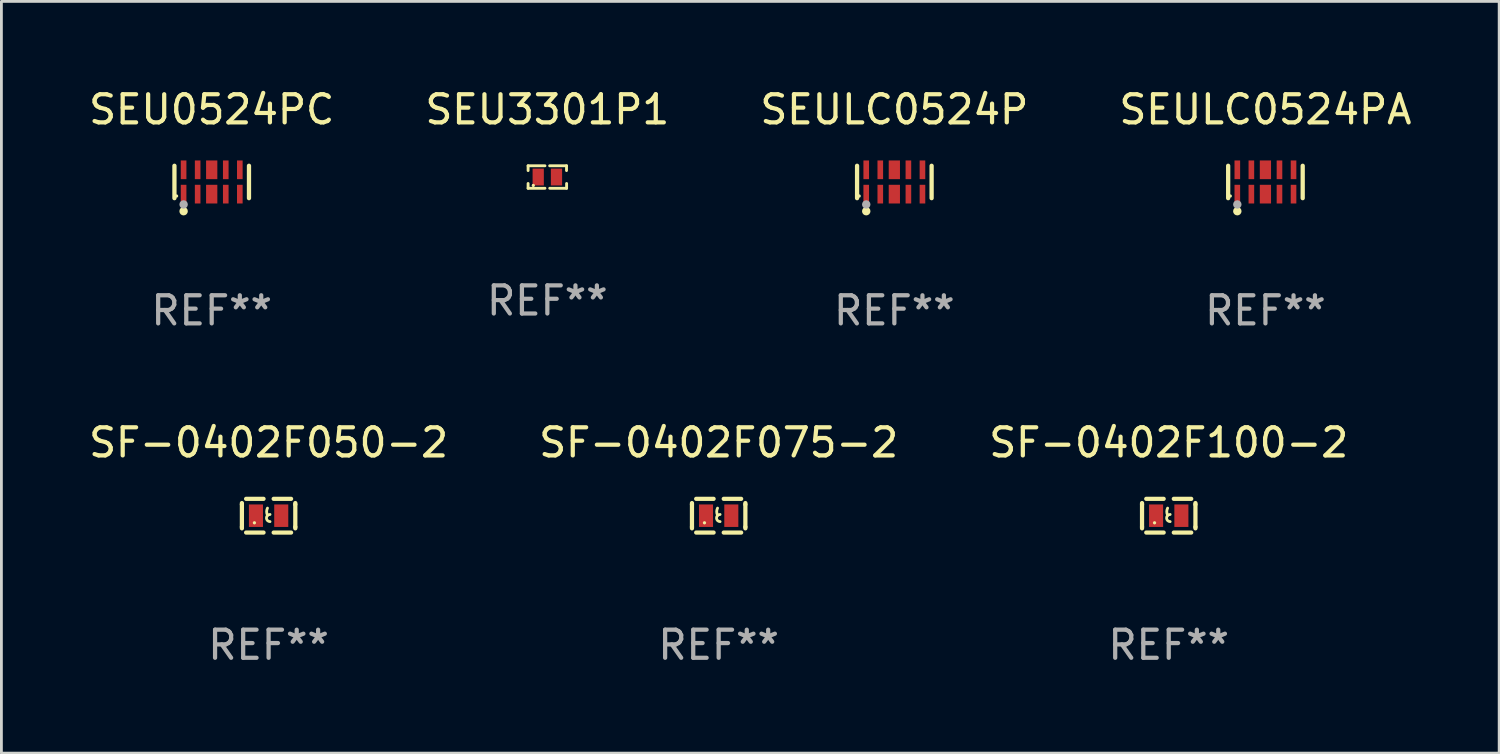
<source format=kicad_pcb>
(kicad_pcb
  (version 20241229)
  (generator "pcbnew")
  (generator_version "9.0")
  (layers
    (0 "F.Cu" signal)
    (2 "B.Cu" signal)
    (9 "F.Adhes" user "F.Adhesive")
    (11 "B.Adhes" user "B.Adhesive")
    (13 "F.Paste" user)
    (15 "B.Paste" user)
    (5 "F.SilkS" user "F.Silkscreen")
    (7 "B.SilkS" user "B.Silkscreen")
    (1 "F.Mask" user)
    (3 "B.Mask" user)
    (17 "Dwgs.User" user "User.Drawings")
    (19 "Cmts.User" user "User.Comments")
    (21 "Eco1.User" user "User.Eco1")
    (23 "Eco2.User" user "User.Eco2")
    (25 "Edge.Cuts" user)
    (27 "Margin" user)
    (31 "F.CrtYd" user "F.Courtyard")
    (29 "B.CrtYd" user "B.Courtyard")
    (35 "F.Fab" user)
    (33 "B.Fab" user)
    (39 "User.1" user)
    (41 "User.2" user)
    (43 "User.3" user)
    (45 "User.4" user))
  (footprint "SEU0524PC"
    (layer "F.Cu")
    (at 4.482 3.424)
    (property "Reference" "SEU0524PC" (at 0 -2.576 0) (layer "F.SilkS") (effects (font (size 1 1) (thickness 0.15))))
    (attr through_hole)
    (fp_line (start -1.326 0.576) (end -1.326 -0.576) (stroke (width 0.152) (type solid)) (layer "F.SilkS"))
    (fp_line (start 1.326 0.576) (end 1.326 -0.576) (stroke (width 0.152) (type solid)) (layer "F.SilkS"))
    (fp_circle (center -1.25 0.5) (end -1.22 0.5) (stroke (width 0.06) (type solid)) (fill no) (layer "F.SilkS"))
    (fp_circle (center -1 1.04) (end -0.925 1.04) (stroke (width 0.15) (type solid)) (fill no) (layer "F.SilkS"))
    (fp_circle (center -1 0.8) (end -0.925 0.8) (stroke (width 0.15) (type solid)) (fill no) (layer "F.Fab"))
    (fp_text user "REF**" (at 0 4.576 0) (layer "F.Fab") (effects (font (size 1 1) (thickness 0.15))))
    (pad "1" smd rect (at -1 0.433) (size 0.2 0.665) (layers "F.Cu" "F.Mask" "F.Paste"))
    (pad "2" smd rect (at -0.5 0.433) (size 0.2 0.665) (layers "F.Cu" "F.Mask" "F.Paste"))
    (pad "3" smd rect (at 0 0.433) (size 0.4 0.665) (layers "F.Cu" "F.Mask" "F.Paste"))
    (pad "4" smd rect (at 0.5 0.433) (size 0.2 0.665) (layers "F.Cu" "F.Mask" "F.Paste"))
    (pad "5" smd rect (at 1 0.433) (size 0.2 0.665) (layers "F.Cu" "F.Mask" "F.Paste"))
    (pad "6" smd rect (at 1 -0.433) (size 0.2 0.665) (layers "F.Cu" "F.Mask" "F.Paste"))
    (pad "7" smd rect (at 0.5 -0.433) (size 0.2 0.665) (layers "F.Cu" "F.Mask" "F.Paste"))
    (pad "8" smd rect (at 0 -0.433) (size 0.4 0.665) (layers "F.Cu" "F.Mask" "F.Paste"))
    (pad "9" smd rect (at -0.5 -0.433) (size 0.2 0.665) (layers "F.Cu" "F.Mask" "F.Paste"))
    (pad "10" smd rect (at -1 -0.433) (size 0.2 0.665) (layers "F.Cu" "F.Mask" "F.Paste")))
  (footprint "SF-0402F050-2"
    (layer "F.Cu")
    (at 6.506 15.297)
    (property "Reference" "SF-0402F050-2" (at 0 -2.6 0) (layer "F.SilkS") (effects (font (size 1 1) (thickness 0.15))))
    (attr through_hole)
    (fp_line (start -0.95 -0.45) (end -0.95 -0.4) (stroke (width 0.15) (type solid)) (layer "F.SilkS"))
    (fp_line (start -0.95 -0.4) (end -0.95 0.4) (stroke (width 0.15) (type solid)) (layer "F.SilkS"))
    (fp_line (start -0.95 0.45) (end -0.95 0.4) (stroke (width 0.15) (type solid)) (layer "F.SilkS"))
    (fp_line (start -0.18 -0.6) (end -0.8 -0.6) (stroke (width 0.15) (type solid)) (layer "F.SilkS"))
    (fp_line (start -0.18 0.6) (end -0.8 0.6) (stroke (width 0.15) (type solid)) (layer "F.SilkS"))
    (fp_line (start 0.18 -0.6) (end 0.8 -0.6) (stroke (width 0.15) (type solid)) (layer "F.SilkS"))
    (fp_line (start 0.18 0.6) (end 0.8 0.6) (stroke (width 0.15) (type solid)) (layer "F.SilkS"))
    (fp_line (start 0.95 -0.45) (end 0.95 -0.4) (stroke (width 0.15) (type solid)) (layer "F.SilkS"))
    (fp_line (start 0.95 -0.4) (end 0.95 0.4) (stroke (width 0.15) (type solid)) (layer "F.SilkS"))
    (fp_line (start 0.95 0.45) (end 0.95 0.4) (stroke (width 0.15) (type solid)) (layer "F.SilkS"))
    (fp_arc (start -0.039942 -0.016052) (mid -0.069923 -0.143053) (end -0.039942 -0.270053) (stroke (width 0.1) (type solid)) (layer "F.SilkS"))
    (fp_arc (start 0.050076 0.209957) (mid -0.076924 0.082957) (end 0.050076 -0.044043) (stroke (width 0.1) (type solid)) (layer "F.SilkS"))
    (fp_circle (center -0.505 0.253) (end -0.475 0.253) (stroke (width 0.06) (type solid)) (fill no) (layer "F.SilkS"))
    (fp_text user "REF**" (at 0 4.6 0) (layer "F.Fab") (effects (font (size 1 1) (thickness 0.15))))
    (pad "1" smd rect (at -0.45 -0.000051) (size 0.5 0.8) (layers "F.Cu" "F.Mask" "F.Paste"))
    (pad "2" smd rect (at 0.45 -0.000051) (size 0.5 0.8) (layers "F.Cu" "F.Mask" "F.Paste")))
  (footprint "SF-0402F100-2"
    (layer "F.Cu")
    (at 38.53 15.297)
    (property "Reference" "SF-0402F100-2" (at 0 -2.6 0) (layer "F.SilkS") (effects (font (size 1 1) (thickness 0.15))))
    (attr through_hole)
    (fp_line (start -0.95 -0.45) (end -0.95 -0.4) (stroke (width 0.15) (type solid)) (layer "F.SilkS"))
    (fp_line (start -0.95 -0.4) (end -0.95 0.4) (stroke (width 0.15) (type solid)) (layer "F.SilkS"))
    (fp_line (start -0.95 0.45) (end -0.95 0.4) (stroke (width 0.15) (type solid)) (layer "F.SilkS"))
    (fp_line (start -0.18 -0.6) (end -0.8 -0.6) (stroke (width 0.15) (type solid)) (layer "F.SilkS"))
    (fp_line (start -0.18 0.6) (end -0.8 0.6) (stroke (width 0.15) (type solid)) (layer "F.SilkS"))
    (fp_line (start 0.18 -0.6) (end 0.8 -0.6) (stroke (width 0.15) (type solid)) (layer "F.SilkS"))
    (fp_line (start 0.18 0.6) (end 0.8 0.6) (stroke (width 0.15) (type solid)) (layer "F.SilkS"))
    (fp_line (start 0.95 -0.45) (end 0.95 -0.4) (stroke (width 0.15) (type solid)) (layer "F.SilkS"))
    (fp_line (start 0.95 -0.4) (end 0.95 0.4) (stroke (width 0.15) (type solid)) (layer "F.SilkS"))
    (fp_line (start 0.95 0.45) (end 0.95 0.4) (stroke (width 0.15) (type solid)) (layer "F.SilkS"))
    (fp_arc (start -0.039942 -0.016052) (mid -0.069923 -0.143053) (end -0.039942 -0.270053) (stroke (width 0.1) (type solid)) (layer "F.SilkS"))
    (fp_arc (start 0.050076 0.209957) (mid -0.076924 0.082957) (end 0.050076 -0.044043) (stroke (width 0.1) (type solid)) (layer "F.SilkS"))
    (fp_circle (center -0.505 0.253) (end -0.475 0.253) (stroke (width 0.06) (type solid)) (fill no) (layer "F.SilkS"))
    (fp_text user "REF**" (at 0 4.6 0) (layer "F.Fab") (effects (font (size 1 1) (thickness 0.15))))
    (pad "1" smd rect (at -0.45 -0.000051) (size 0.5 0.8) (layers "F.Cu" "F.Mask" "F.Paste"))
    (pad "2" smd rect (at 0.45 -0.000051) (size 0.5 0.8) (layers "F.Cu" "F.Mask" "F.Paste")))
  (footprint "SF-0402F075-2"
    (layer "F.Cu")
    (at 22.518 15.297)
    (property "Reference" "SF-0402F075-2" (at 0 -2.6 0) (layer "F.SilkS") (effects (font (size 1 1) (thickness 0.15))))
    (attr through_hole)
    (fp_line (start -0.95 -0.45) (end -0.95 -0.4) (stroke (width 0.15) (type solid)) (layer "F.SilkS"))
    (fp_line (start -0.95 -0.4) (end -0.95 0.4) (stroke (width 0.15) (type solid)) (layer "F.SilkS"))
    (fp_line (start -0.95 0.45) (end -0.95 0.4) (stroke (width 0.15) (type solid)) (layer "F.SilkS"))
    (fp_line (start -0.18 -0.6) (end -0.8 -0.6) (stroke (width 0.15) (type solid)) (layer "F.SilkS"))
    (fp_line (start -0.18 0.6) (end -0.8 0.6) (stroke (width 0.15) (type solid)) (layer "F.SilkS"))
    (fp_line (start 0.18 -0.6) (end 0.8 -0.6) (stroke (width 0.15) (type solid)) (layer "F.SilkS"))
    (fp_line (start 0.18 0.6) (end 0.8 0.6) (stroke (width 0.15) (type solid)) (layer "F.SilkS"))
    (fp_line (start 0.95 -0.45) (end 0.95 -0.4) (stroke (width 0.15) (type solid)) (layer "F.SilkS"))
    (fp_line (start 0.95 -0.4) (end 0.95 0.4) (stroke (width 0.15) (type solid)) (layer "F.SilkS"))
    (fp_line (start 0.95 0.45) (end 0.95 0.4) (stroke (width 0.15) (type solid)) (layer "F.SilkS"))
    (fp_arc (start -0.039942 -0.016052) (mid -0.069923 -0.143053) (end -0.039942 -0.270053) (stroke (width 0.1) (type solid)) (layer "F.SilkS"))
    (fp_arc (start 0.050076 0.209957) (mid -0.076924 0.082957) (end 0.050076 -0.044043) (stroke (width 0.1) (type solid)) (layer "F.SilkS"))
    (fp_circle (center -0.505 0.253) (end -0.475 0.253) (stroke (width 0.06) (type solid)) (fill no) (layer "F.SilkS"))
    (fp_text user "REF**" (at 0 4.6 0) (layer "F.Fab") (effects (font (size 1 1) (thickness 0.15))))
    (pad "1" smd rect (at -0.45 -0.000051) (size 0.5 0.8) (layers "F.Cu" "F.Mask" "F.Paste"))
    (pad "2" smd rect (at 0.45 -0.000051) (size 0.5 0.8) (layers "F.Cu" "F.Mask" "F.Paste")))
  (footprint "SEU3301P1"
    (layer "F.Cu")
    (at 16.423 3.248)
    (property "Reference" "SEU3301P1" (at 0 -2.4 0) (layer "F.SilkS") (effects (font (size 1 1) (thickness 0.15))))
    (attr through_hole)
    (fp_line (start -0.685 -0.4) (end -0.685 -0.23) (stroke (width 0.102) (type solid)) (layer "F.SilkS"))
    (fp_line (start -0.685 0.4) (end -0.685 0.23) (stroke (width 0.102) (type solid)) (layer "F.SilkS"))
    (fp_line (start -0.085 -0.4) (end -0.685 -0.4) (stroke (width 0.102) (type solid)) (layer "F.SilkS"))
    (fp_line (start -0.085 0.4) (end -0.685 0.4) (stroke (width 0.102) (type solid)) (layer "F.SilkS"))
    (fp_line (start 0.082 -0.4) (end 0.682 -0.4) (stroke (width 0.102) (type solid)) (layer "F.SilkS"))
    (fp_line (start 0.085 0.4) (end 0.685 0.4) (stroke (width 0.102) (type solid)) (layer "F.SilkS"))
    (fp_line (start 0.682 -0.4) (end 0.682 -0.23) (stroke (width 0.102) (type solid)) (layer "F.SilkS"))
    (fp_line (start 0.685 0.4) (end 0.685 0.23) (stroke (width 0.102) (type solid)) (layer "F.SilkS"))
    (fp_circle (center -0.5 0.3) (end -0.47 0.3) (stroke (width 0.06) (type solid)) (fill no) (layer "F.SilkS"))
    (fp_text user "REF**" (at 0 4.4 0) (layer "F.Fab") (effects (font (size 1 1) (thickness 0.15))))
    (pad "1" smd rect (at -0.325 0) (size 0.4 0.6) (layers "F.Cu" "F.Mask" "F.Paste"))
    (pad "2" smd rect (at 0.325 0) (size 0.4 0.6) (layers "F.Cu" "F.Mask" "F.Paste")))
  (footprint "SEULC0524PA"
    (layer "F.Cu")
    (at 41.97 3.424)
    (property "Reference" "SEULC0524PA" (at 0 -2.576 0) (layer "F.SilkS") (effects (font (size 1 1) (thickness 0.15))))
    (attr through_hole)
    (fp_line (start -1.326 0.576) (end -1.326 -0.576) (stroke (width 0.152) (type solid)) (layer "F.SilkS"))
    (fp_line (start 1.326 0.576) (end 1.326 -0.576) (stroke (width 0.152) (type solid)) (layer "F.SilkS"))
    (fp_circle (center -1.25 0.5) (end -1.22 0.5) (stroke (width 0.06) (type solid)) (fill no) (layer "F.SilkS"))
    (fp_circle (center -1 1.04) (end -0.925 1.04) (stroke (width 0.15) (type solid)) (fill no) (layer "F.SilkS"))
    (fp_circle (center -1 0.8) (end -0.925 0.8) (stroke (width 0.15) (type solid)) (fill no) (layer "F.Fab"))
    (fp_text user "REF**" (at 0 4.576 0) (layer "F.Fab") (effects (font (size 1 1) (thickness 0.15))))
    (pad "1" smd rect (at -1 0.433) (size 0.2 0.665) (layers "F.Cu" "F.Mask" "F.Paste"))
    (pad "2" smd rect (at -0.5 0.433) (size 0.2 0.665) (layers "F.Cu" "F.Mask" "F.Paste"))
    (pad "3" smd rect (at 0 0.433) (size 0.4 0.665) (layers "F.Cu" "F.Mask" "F.Paste"))
    (pad "4" smd rect (at 0.5 0.433) (size 0.2 0.665) (layers "F.Cu" "F.Mask" "F.Paste"))
    (pad "5" smd rect (at 1 0.433) (size 0.2 0.665) (layers "F.Cu" "F.Mask" "F.Paste"))
    (pad "6" smd rect (at 1 -0.433) (size 0.2 0.665) (layers "F.Cu" "F.Mask" "F.Paste"))
    (pad "7" smd rect (at 0.5 -0.433) (size 0.2 0.665) (layers "F.Cu" "F.Mask" "F.Paste"))
    (pad "8" smd rect (at 0 -0.433) (size 0.4 0.665) (layers "F.Cu" "F.Mask" "F.Paste"))
    (pad "9" smd rect (at -0.5 -0.433) (size 0.2 0.665) (layers "F.Cu" "F.Mask" "F.Paste"))
    (pad "10" smd rect (at -1 -0.433) (size 0.2 0.665) (layers "F.Cu" "F.Mask" "F.Paste")))
  (footprint "SEULC0524P"
    (layer "F.Cu")
    (at 28.768 3.424)
    (property "Reference" "SEULC0524P" (at 0 -2.576 0) (layer "F.SilkS") (effects (font (size 1 1) (thickness 0.15))))
    (attr through_hole)
    (fp_line (start -1.326 0.576) (end -1.326 -0.576) (stroke (width 0.152) (type solid)) (layer "F.SilkS"))
    (fp_line (start 1.326 0.576) (end 1.326 -0.576) (stroke (width 0.152) (type solid)) (layer "F.SilkS"))
    (fp_circle (center -1.25 0.5) (end -1.22 0.5) (stroke (width 0.06) (type solid)) (fill no) (layer "F.SilkS"))
    (fp_circle (center -1 1.04) (end -0.925 1.04) (stroke (width 0.15) (type solid)) (fill no) (layer "F.SilkS"))
    (fp_circle (center -1 0.8) (end -0.925 0.8) (stroke (width 0.15) (type solid)) (fill no) (layer "F.Fab"))
    (fp_text user "REF**" (at 0 4.576 0) (layer "F.Fab") (effects (font (size 1 1) (thickness 0.15))))
    (pad "1" smd rect (at -1 0.433) (size 0.2 0.665) (layers "F.Cu" "F.Mask" "F.Paste"))
    (pad "2" smd rect (at -0.5 0.433) (size 0.2 0.665) (layers "F.Cu" "F.Mask" "F.Paste"))
    (pad "3" smd rect (at 0 0.433) (size 0.4 0.665) (layers "F.Cu" "F.Mask" "F.Paste"))
    (pad "4" smd rect (at 0.5 0.433) (size 0.2 0.665) (layers "F.Cu" "F.Mask" "F.Paste"))
    (pad "5" smd rect (at 1 0.433) (size 0.2 0.665) (layers "F.Cu" "F.Mask" "F.Paste"))
    (pad "6" smd rect (at 1 -0.433) (size 0.2 0.665) (layers "F.Cu" "F.Mask" "F.Paste"))
    (pad "7" smd rect (at 0.5 -0.433) (size 0.2 0.665) (layers "F.Cu" "F.Mask" "F.Paste"))
    (pad "8" smd rect (at 0 -0.433) (size 0.4 0.665) (layers "F.Cu" "F.Mask" "F.Paste"))
    (pad "9" smd rect (at -0.5 -0.433) (size 0.2 0.665) (layers "F.Cu" "F.Mask" "F.Paste"))
    (pad "10" smd rect (at -1 -0.433) (size 0.2 0.665) (layers "F.Cu" "F.Mask" "F.Paste")))
  (gr_rect
    (start -3 -3)
    (end 50.286 23.745)
    (stroke (width 0.1) (type default))
    (fill no)
    (layer "Edge.Cuts")))
</source>
